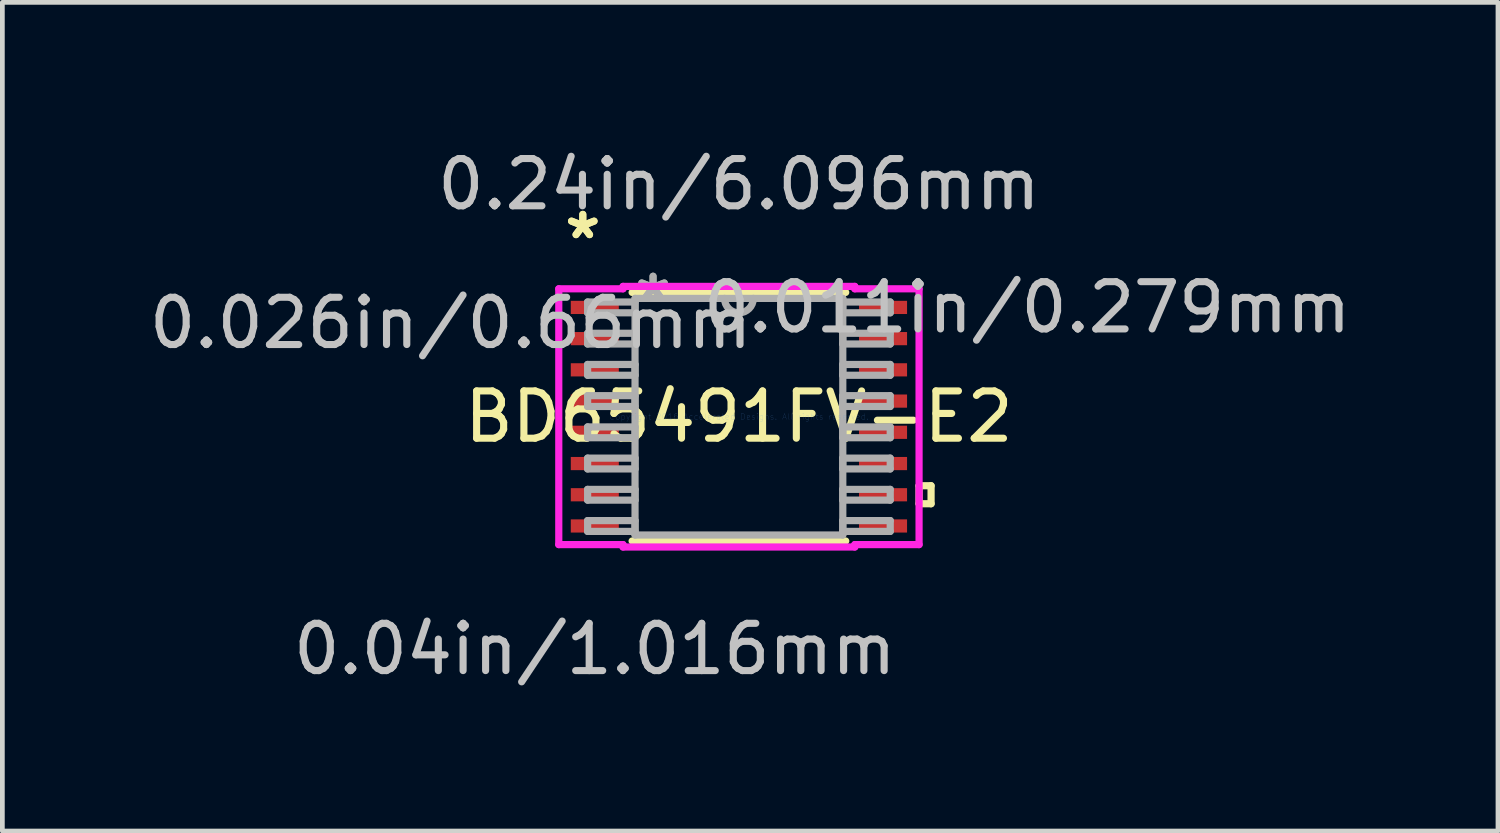
<source format=kicad_pcb>
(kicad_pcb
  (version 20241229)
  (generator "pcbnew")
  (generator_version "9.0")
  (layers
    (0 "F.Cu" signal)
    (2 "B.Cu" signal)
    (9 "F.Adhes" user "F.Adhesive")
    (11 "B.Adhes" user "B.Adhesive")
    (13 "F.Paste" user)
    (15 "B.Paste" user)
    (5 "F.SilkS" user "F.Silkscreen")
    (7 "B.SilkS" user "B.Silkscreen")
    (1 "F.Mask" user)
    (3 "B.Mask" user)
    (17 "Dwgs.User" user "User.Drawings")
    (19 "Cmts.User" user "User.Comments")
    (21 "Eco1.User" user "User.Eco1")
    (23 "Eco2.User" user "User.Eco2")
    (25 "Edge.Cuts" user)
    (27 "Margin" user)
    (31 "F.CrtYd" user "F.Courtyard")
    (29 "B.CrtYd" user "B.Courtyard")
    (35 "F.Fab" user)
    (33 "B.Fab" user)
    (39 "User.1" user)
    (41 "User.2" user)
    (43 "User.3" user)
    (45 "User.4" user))
  (footprint "BD65491FV-E2"
    (layer "F.Cu")
    (at 12.578 5.763)
    (property "Reference" "BD65491FV-E2" (at 0 0 0) (layer "F.SilkS") (effects (font (size 1 1) (thickness 0.15))))
    (attr through_hole)
    (fp_line (start -2.259 2.629) (end 2.259 2.629) (stroke (width 0.152) (type solid)) (layer "F.SilkS"))
    (fp_line (start 2.259 -2.629) (end -2.259 -2.629) (stroke (width 0.152) (type solid)) (layer "F.SilkS"))
    (fp_line (start 3.81 1.46) (end 4.064 1.46) (stroke (width 0.152) (type solid)) (layer "F.SilkS"))
    (fp_line (start 3.81 1.841) (end 3.81 1.46) (stroke (width 0.152) (type solid)) (layer "F.SilkS"))
    (fp_line (start 4.064 1.46) (end 4.064 1.841) (stroke (width 0.152) (type solid)) (layer "F.SilkS"))
    (fp_line (start 4.064 1.841) (end 3.81 1.841) (stroke (width 0.152) (type solid)) (layer "F.SilkS"))
    (fp_line (start -3.81 -2.705) (end -2.451 -2.705) (stroke (width 0.152) (type solid)) (layer "F.CrtYd"))
    (fp_line (start -3.81 2.705) (end -3.81 -2.705) (stroke (width 0.152) (type solid)) (layer "F.CrtYd"))
    (fp_line (start -2.451 -2.756) (end 2.451 -2.756) (stroke (width 0.152) (type solid)) (layer "F.CrtYd"))
    (fp_line (start -2.451 -2.705) (end -2.451 -2.756) (stroke (width 0.152) (type solid)) (layer "F.CrtYd"))
    (fp_line (start -2.451 2.705) (end -3.81 2.705) (stroke (width 0.152) (type solid)) (layer "F.CrtYd"))
    (fp_line (start -2.451 2.756) (end -2.451 2.705) (stroke (width 0.152) (type solid)) (layer "F.CrtYd"))
    (fp_line (start 2.451 -2.756) (end 2.451 -2.705) (stroke (width 0.152) (type solid)) (layer "F.CrtYd"))
    (fp_line (start 2.451 -2.705) (end 3.81 -2.705) (stroke (width 0.152) (type solid)) (layer "F.CrtYd"))
    (fp_line (start 2.451 2.705) (end 2.451 2.756) (stroke (width 0.152) (type solid)) (layer "F.CrtYd"))
    (fp_line (start 2.451 2.756) (end -2.451 2.756) (stroke (width 0.152) (type solid)) (layer "F.CrtYd"))
    (fp_line (start 3.81 -2.705) (end 3.81 2.705) (stroke (width 0.152) (type solid)) (layer "F.CrtYd"))
    (fp_line (start 3.81 2.705) (end 2.451 2.705) (stroke (width 0.152) (type solid)) (layer "F.CrtYd"))
    (fp_line (start -3.2 -2.426) (end -3.2 -2.197) (stroke (width 0.152) (type solid)) (layer "F.Fab"))
    (fp_line (start -3.2 -2.197) (end -2.197 -2.197) (stroke (width 0.152) (type solid)) (layer "F.Fab"))
    (fp_line (start -3.2 -1.765) (end -3.2 -1.537) (stroke (width 0.152) (type solid)) (layer "F.Fab"))
    (fp_line (start -3.2 -1.537) (end -2.197 -1.537) (stroke (width 0.152) (type solid)) (layer "F.Fab"))
    (fp_line (start -3.2 -1.105) (end -3.2 -0.876) (stroke (width 0.152) (type solid)) (layer "F.Fab"))
    (fp_line (start -3.2 -0.876) (end -2.197 -0.876) (stroke (width 0.152) (type solid)) (layer "F.Fab"))
    (fp_line (start -3.2 -0.445) (end -3.2 -0.216) (stroke (width 0.152) (type solid)) (layer "F.Fab"))
    (fp_line (start -3.2 -0.216) (end -2.197 -0.216) (stroke (width 0.152) (type solid)) (layer "F.Fab"))
    (fp_line (start -3.2 0.216) (end -3.2 0.445) (stroke (width 0.152) (type solid)) (layer "F.Fab"))
    (fp_line (start -3.2 0.445) (end -2.197 0.445) (stroke (width 0.152) (type solid)) (layer "F.Fab"))
    (fp_line (start -3.2 0.876) (end -3.2 1.105) (stroke (width 0.152) (type solid)) (layer "F.Fab"))
    (fp_line (start -3.2 1.105) (end -2.197 1.105) (stroke (width 0.152) (type solid)) (layer "F.Fab"))
    (fp_line (start -3.2 1.537) (end -3.2 1.765) (stroke (width 0.152) (type solid)) (layer "F.Fab"))
    (fp_line (start -3.2 1.765) (end -2.197 1.765) (stroke (width 0.152) (type solid)) (layer "F.Fab"))
    (fp_line (start -3.2 2.197) (end -3.2 2.426) (stroke (width 0.152) (type solid)) (layer "F.Fab"))
    (fp_line (start -3.2 2.426) (end -2.197 2.426) (stroke (width 0.152) (type solid)) (layer "F.Fab"))
    (fp_line (start -2.197 -2.502) (end -2.197 2.502) (stroke (width 0.152) (type solid)) (layer "F.Fab"))
    (fp_line (start -2.197 -2.426) (end -3.2 -2.426) (stroke (width 0.152) (type solid)) (layer "F.Fab"))
    (fp_line (start -2.197 -2.197) (end -2.197 -2.426) (stroke (width 0.152) (type solid)) (layer "F.Fab"))
    (fp_line (start -2.197 -1.765) (end -3.2 -1.765) (stroke (width 0.152) (type solid)) (layer "F.Fab"))
    (fp_line (start -2.197 -1.537) (end -2.197 -1.765) (stroke (width 0.152) (type solid)) (layer "F.Fab"))
    (fp_line (start -2.197 -1.105) (end -3.2 -1.105) (stroke (width 0.152) (type solid)) (layer "F.Fab"))
    (fp_line (start -2.197 -0.876) (end -2.197 -1.105) (stroke (width 0.152) (type solid)) (layer "F.Fab"))
    (fp_line (start -2.197 -0.445) (end -3.2 -0.445) (stroke (width 0.152) (type solid)) (layer "F.Fab"))
    (fp_line (start -2.197 -0.216) (end -2.197 -0.445) (stroke (width 0.152) (type solid)) (layer "F.Fab"))
    (fp_line (start -2.197 0.216) (end -3.2 0.216) (stroke (width 0.152) (type solid)) (layer "F.Fab"))
    (fp_line (start -2.197 0.445) (end -2.197 0.216) (stroke (width 0.152) (type solid)) (layer "F.Fab"))
    (fp_line (start -2.197 0.876) (end -3.2 0.876) (stroke (width 0.152) (type solid)) (layer "F.Fab"))
    (fp_line (start -2.197 1.105) (end -2.197 0.876) (stroke (width 0.152) (type solid)) (layer "F.Fab"))
    (fp_line (start -2.197 1.537) (end -3.2 1.537) (stroke (width 0.152) (type solid)) (layer "F.Fab"))
    (fp_line (start -2.197 1.765) (end -2.197 1.537) (stroke (width 0.152) (type solid)) (layer "F.Fab"))
    (fp_line (start -2.197 2.197) (end -3.2 2.197) (stroke (width 0.152) (type solid)) (layer "F.Fab"))
    (fp_line (start -2.197 2.426) (end -2.197 2.197) (stroke (width 0.152) (type solid)) (layer "F.Fab"))
    (fp_line (start -2.197 2.502) (end 2.197 2.502) (stroke (width 0.152) (type solid)) (layer "F.Fab"))
    (fp_line (start 2.197 -2.502) (end -2.197 -2.502) (stroke (width 0.152) (type solid)) (layer "F.Fab"))
    (fp_line (start 2.197 -2.426) (end 2.197 -2.197) (stroke (width 0.152) (type solid)) (layer "F.Fab"))
    (fp_line (start 2.197 -2.197) (end 3.2 -2.197) (stroke (width 0.152) (type solid)) (layer "F.Fab"))
    (fp_line (start 2.197 -1.765) (end 2.197 -1.537) (stroke (width 0.152) (type solid)) (layer "F.Fab"))
    (fp_line (start 2.197 -1.537) (end 3.2 -1.537) (stroke (width 0.152) (type solid)) (layer "F.Fab"))
    (fp_line (start 2.197 -1.105) (end 2.197 -0.876) (stroke (width 0.152) (type solid)) (layer "F.Fab"))
    (fp_line (start 2.197 -0.876) (end 3.2 -0.876) (stroke (width 0.152) (type solid)) (layer "F.Fab"))
    (fp_line (start 2.197 -0.445) (end 2.197 -0.216) (stroke (width 0.152) (type solid)) (layer "F.Fab"))
    (fp_line (start 2.197 -0.216) (end 3.2 -0.216) (stroke (width 0.152) (type solid)) (layer "F.Fab"))
    (fp_line (start 2.197 0.216) (end 2.197 0.445) (stroke (width 0.152) (type solid)) (layer "F.Fab"))
    (fp_line (start 2.197 0.445) (end 3.2 0.445) (stroke (width 0.152) (type solid)) (layer "F.Fab"))
    (fp_line (start 2.197 0.876) (end 2.197 1.105) (stroke (width 0.152) (type solid)) (layer "F.Fab"))
    (fp_line (start 2.197 1.105) (end 3.2 1.105) (stroke (width 0.152) (type solid)) (layer "F.Fab"))
    (fp_line (start 2.197 1.537) (end 2.197 1.765) (stroke (width 0.152) (type solid)) (layer "F.Fab"))
    (fp_line (start 2.197 1.765) (end 3.2 1.765) (stroke (width 0.152) (type solid)) (layer "F.Fab"))
    (fp_line (start 2.197 2.197) (end 2.197 2.426) (stroke (width 0.152) (type solid)) (layer "F.Fab"))
    (fp_line (start 2.197 2.426) (end 3.2 2.426) (stroke (width 0.152) (type solid)) (layer "F.Fab"))
    (fp_line (start 2.197 2.502) (end 2.197 -2.502) (stroke (width 0.152) (type solid)) (layer "F.Fab"))
    (fp_line (start 3.2 -2.426) (end 2.197 -2.426) (stroke (width 0.152) (type solid)) (layer "F.Fab"))
    (fp_line (start 3.2 -2.197) (end 3.2 -2.426) (stroke (width 0.152) (type solid)) (layer "F.Fab"))
    (fp_line (start 3.2 -1.765) (end 2.197 -1.765) (stroke (width 0.152) (type solid)) (layer "F.Fab"))
    (fp_line (start 3.2 -1.537) (end 3.2 -1.765) (stroke (width 0.152) (type solid)) (layer "F.Fab"))
    (fp_line (start 3.2 -1.105) (end 2.197 -1.105) (stroke (width 0.152) (type solid)) (layer "F.Fab"))
    (fp_line (start 3.2 -0.876) (end 3.2 -1.105) (stroke (width 0.152) (type solid)) (layer "F.Fab"))
    (fp_line (start 3.2 -0.445) (end 2.197 -0.445) (stroke (width 0.152) (type solid)) (layer "F.Fab"))
    (fp_line (start 3.2 -0.216) (end 3.2 -0.445) (stroke (width 0.152) (type solid)) (layer "F.Fab"))
    (fp_line (start 3.2 0.216) (end 2.197 0.216) (stroke (width 0.152) (type solid)) (layer "F.Fab"))
    (fp_line (start 3.2 0.445) (end 3.2 0.216) (stroke (width 0.152) (type solid)) (layer "F.Fab"))
    (fp_line (start 3.2 0.876) (end 2.197 0.876) (stroke (width 0.152) (type solid)) (layer "F.Fab"))
    (fp_line (start 3.2 1.105) (end 3.2 0.876) (stroke (width 0.152) (type solid)) (layer "F.Fab"))
    (fp_line (start 3.2 1.537) (end 2.197 1.537) (stroke (width 0.152) (type solid)) (layer "F.Fab"))
    (fp_line (start 3.2 1.765) (end 3.2 1.537) (stroke (width 0.152) (type solid)) (layer "F.Fab"))
    (fp_line (start 3.2 2.197) (end 2.197 2.197) (stroke (width 0.152) (type solid)) (layer "F.Fab"))
    (fp_line (start 3.2 2.426) (end 3.2 2.197) (stroke (width 0.152) (type solid)) (layer "F.Fab"))
    (fp_arc (start 0.3048 -2.5019) (mid 0 -2.1971) (end -0.3048 -2.5019) (stroke (width 0.1524) (type solid)) (layer "F.Fab"))
    (fp_text user "*" (at -3.302 -3.734 0) (layer "F.SilkS") (effects (font (size 1 1) (thickness 0.15))))
    (fp_text user "*" (at -3.302 -3.734 0) (layer "F.SilkS") (effects (font (size 1 1) (thickness 0.15))))
    (fp_text user "0.011in/0.279mm" (at 6.096 -2.311 0) (layer "Dwgs.User") (effects (font (size 1 1) (thickness 0.15))))
    (fp_text user "0.24in/6.096mm" (at 0 -4.915 0) (layer "Dwgs.User") (effects (font (size 1 1) (thickness 0.15))))
    (fp_text user "0.026in/0.66mm" (at -6.096 -1.981 0) (layer "Dwgs.User") (effects (font (size 1 1) (thickness 0.15))))
    (fp_text user "0.04in/1.016mm" (at -3.048 4.915 0) (layer "Dwgs.User") (effects (font (size 1 1) (thickness 0.15))))
    (fp_text user "Copyright 2016 Accelerated Designs. All rights reserved." (at 0 0 0) (layer "Cmts.User") (effects (font (size 0.127 0.127) (thickness 0.002))))
    (fp_text user "*" (at -1.816 -2.426 0) (layer "F.Fab") (effects (font (size 1 1) (thickness 0.15))))
    (fp_text user "*" (at -1.816 -2.426 0) (layer "F.Fab") (effects (font (size 1 1) (thickness 0.15))))
    (pad "1" smd rect (at -3.048 -2.311) (size 1.016 0.279) (layers "F.Cu" "F.Mask" "F.Paste"))
    (pad "2" smd rect (at -3.048 -1.651) (size 1.016 0.279) (layers "F.Cu" "F.Mask" "F.Paste"))
    (pad "3" smd rect (at -3.048 -0.991) (size 1.016 0.279) (layers "F.Cu" "F.Mask" "F.Paste"))
    (pad "4" smd rect (at -3.048 -0.33) (size 1.016 0.279) (layers "F.Cu" "F.Mask" "F.Paste"))
    (pad "5" smd rect (at -3.048 0.33) (size 1.016 0.279) (layers "F.Cu" "F.Mask" "F.Paste"))
    (pad "6" smd rect (at -3.048 0.991) (size 1.016 0.279) (layers "F.Cu" "F.Mask" "F.Paste"))
    (pad "7" smd rect (at -3.048 1.651) (size 1.016 0.279) (layers "F.Cu" "F.Mask" "F.Paste"))
    (pad "8" smd rect (at -3.048 2.311) (size 1.016 0.279) (layers "F.Cu" "F.Mask" "F.Paste"))
    (pad "9" smd rect (at 3.048 2.311) (size 1.016 0.279) (layers "F.Cu" "F.Mask" "F.Paste"))
    (pad "10" smd rect (at 3.048 1.651) (size 1.016 0.279) (layers "F.Cu" "F.Mask" "F.Paste"))
    (pad "11" smd rect (at 3.048 0.991) (size 1.016 0.279) (layers "F.Cu" "F.Mask" "F.Paste"))
    (pad "12" smd rect (at 3.048 0.33) (size 1.016 0.279) (layers "F.Cu" "F.Mask" "F.Paste"))
    (pad "13" smd rect (at 3.048 -0.33) (size 1.016 0.279) (layers "F.Cu" "F.Mask" "F.Paste"))
    (pad "14" smd rect (at 3.048 -0.991) (size 1.016 0.279) (layers "F.Cu" "F.Mask" "F.Paste"))
    (pad "15" smd rect (at 3.048 -1.651) (size 1.016 0.279) (layers "F.Cu" "F.Mask" "F.Paste"))
    (pad "16" smd rect (at 3.048 -2.311) (size 1.016 0.279) (layers "F.Cu" "F.Mask" "F.Paste")))
  (gr_rect
    (start -3 -3)
    (end 28.632 14.526)
    (stroke (width 0.1) (type default))
    (fill no)
    (layer "Edge.Cuts")))
</source>
